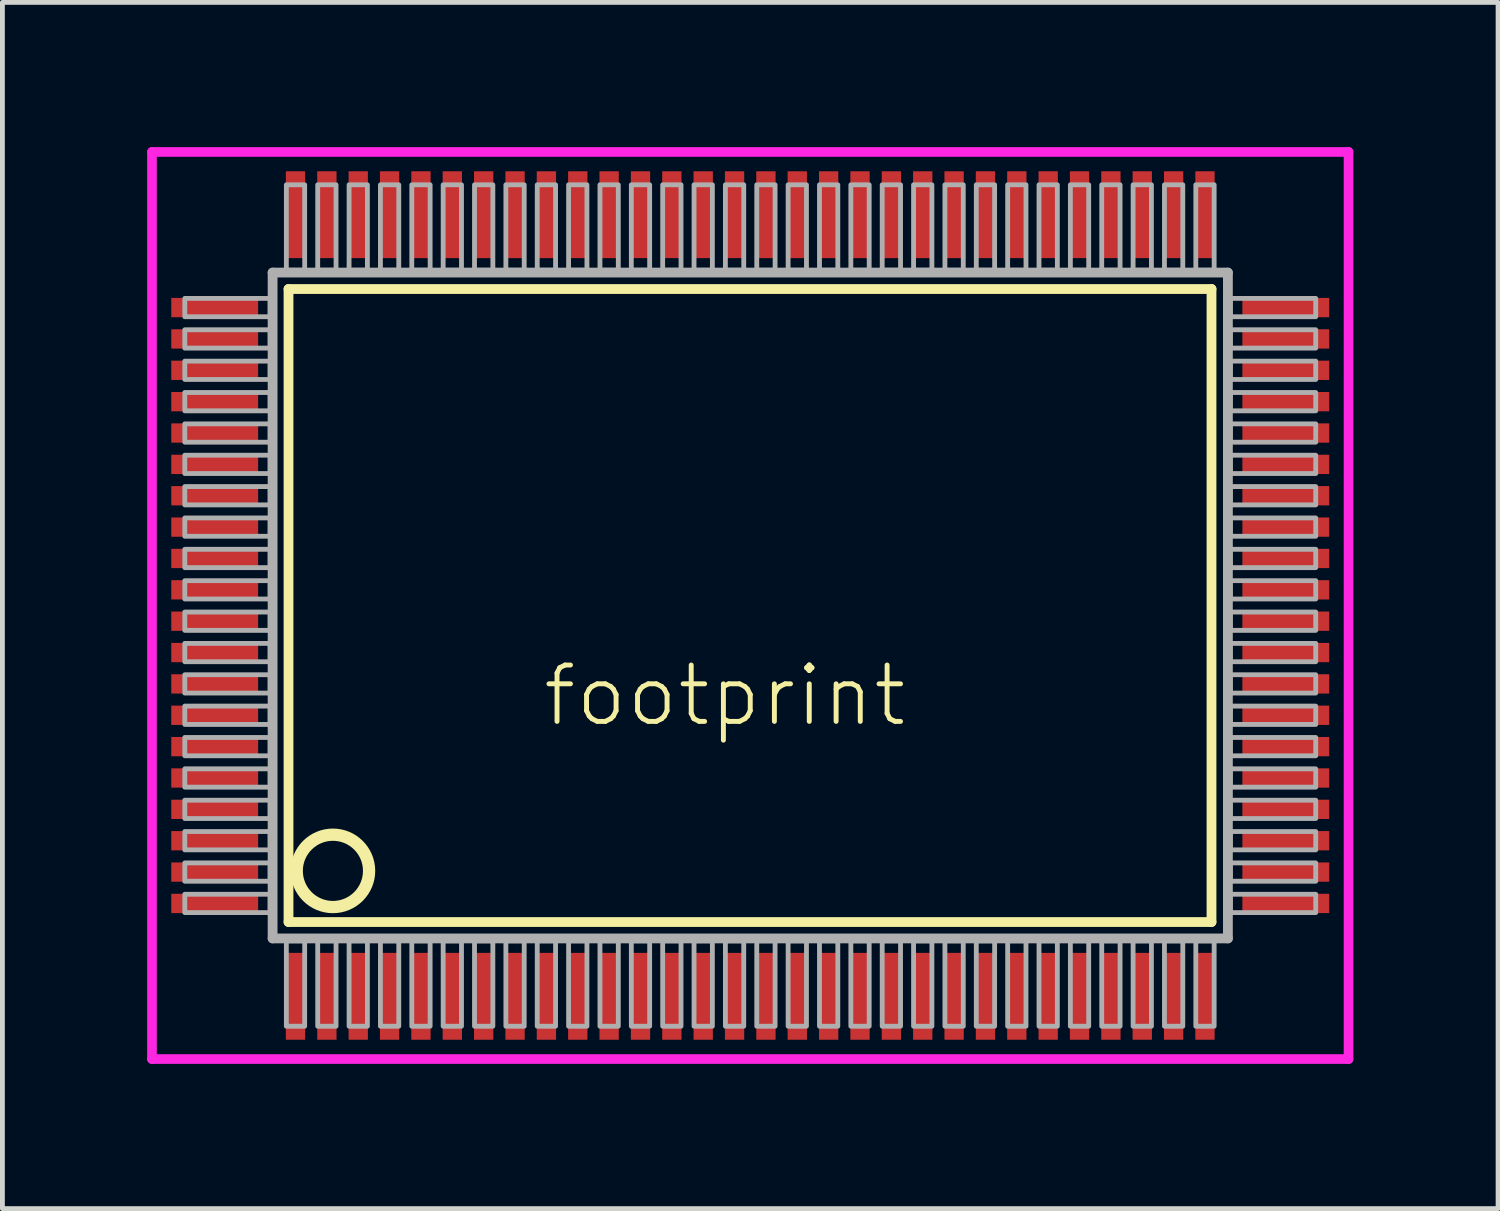
<source format=kicad_pcb>
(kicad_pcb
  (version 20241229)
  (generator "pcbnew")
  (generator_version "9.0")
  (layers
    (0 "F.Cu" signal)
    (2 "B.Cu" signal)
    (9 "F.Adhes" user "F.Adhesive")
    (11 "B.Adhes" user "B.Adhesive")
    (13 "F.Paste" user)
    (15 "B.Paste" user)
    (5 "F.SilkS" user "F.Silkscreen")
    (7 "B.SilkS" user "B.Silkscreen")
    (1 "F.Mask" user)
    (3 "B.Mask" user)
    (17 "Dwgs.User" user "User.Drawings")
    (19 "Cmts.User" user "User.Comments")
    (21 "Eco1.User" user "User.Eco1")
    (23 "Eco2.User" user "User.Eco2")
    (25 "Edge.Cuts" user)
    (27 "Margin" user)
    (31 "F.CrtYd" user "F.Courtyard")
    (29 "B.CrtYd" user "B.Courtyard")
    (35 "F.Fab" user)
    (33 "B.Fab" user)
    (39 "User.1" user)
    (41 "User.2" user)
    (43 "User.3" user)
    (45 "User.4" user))
  (footprint "footprint"
    (layer "F.Cu")
    (at 12.5 9.5)
    (property "Reference" "footprint" (at -4.35 2.55 0) (layer "F.SilkS") (effects (font (size 1.168 1.168) (thickness 0.102)) (justify left bottom)))
    (fp_line (start -9.57 -6.56) (end 9.56 -6.56) (stroke (width 0.203) (type solid)) (layer "F.SilkS"))
    (fp_line (start -9.57 6.56) (end -9.57 -6.56) (stroke (width 0.203) (type solid)) (layer "F.SilkS"))
    (fp_line (start 9.56 -6.56) (end 9.56 6.56) (stroke (width 0.203) (type solid)) (layer "F.SilkS"))
    (fp_line (start 9.56 6.56) (end -9.57 6.56) (stroke (width 0.203) (type solid)) (layer "F.SilkS"))
    (fp_circle (center -8.65 5.5) (end -7.9 5.5) (stroke (width 0.254) (type solid)) (fill no) (layer "F.SilkS"))
    (fp_line (start -12.4 -9.4) (end 12.4 -9.4) (stroke (width 0.2) (type solid)) (layer "F.CrtYd"))
    (fp_line (start -12.4 9.4) (end -12.4 -9.4) (stroke (width 0.2) (type solid)) (layer "F.CrtYd"))
    (fp_line (start 12.4 -9.4) (end 12.4 9.4) (stroke (width 0.2) (type solid)) (layer "F.CrtYd"))
    (fp_line (start 12.4 9.4) (end -12.4 9.4) (stroke (width 0.2) (type solid)) (layer "F.CrtYd"))
    (fp_line (start -9.9 -6.9) (end -9.9 6.9) (stroke (width 0.203) (type solid)) (layer "F.Fab"))
    (fp_line (start -9.9 6.9) (end 9.9 6.9) (stroke (width 0.203) (type solid)) (layer "F.Fab"))
    (fp_line (start 9.9 -6.9) (end -9.9 -6.9) (stroke (width 0.203) (type solid)) (layer "F.Fab"))
    (fp_line (start 9.9 6.9) (end 9.9 -6.9) (stroke (width 0.203) (type solid)) (layer "F.Fab"))
    (fp_poly (pts (xy -11.72 -5.985) (xy -9.95 -5.985) (xy -9.95 -6.365) (xy -11.72 -6.365)) (stroke (width 0.1) (type solid)) (fill no) (layer "F.Fab"))
    (fp_poly (pts (xy -11.72 -5.335) (xy -9.95 -5.335) (xy -9.95 -5.715) (xy -11.72 -5.715)) (stroke (width 0.1) (type solid)) (fill no) (layer "F.Fab"))
    (fp_poly (pts (xy -11.72 -4.685) (xy -9.95 -4.685) (xy -9.95 -5.065) (xy -11.72 -5.065)) (stroke (width 0.1) (type solid)) (fill no) (layer "F.Fab"))
    (fp_poly (pts (xy -11.72 -4.035) (xy -9.95 -4.035) (xy -9.95 -4.415) (xy -11.72 -4.415)) (stroke (width 0.1) (type solid)) (fill no) (layer "F.Fab"))
    (fp_poly (pts (xy -11.72 -3.385) (xy -9.95 -3.385) (xy -9.95 -3.765) (xy -11.72 -3.765)) (stroke (width 0.1) (type solid)) (fill no) (layer "F.Fab"))
    (fp_poly (pts (xy -11.72 -2.735) (xy -9.95 -2.735) (xy -9.95 -3.115) (xy -11.72 -3.115)) (stroke (width 0.1) (type solid)) (fill no) (layer "F.Fab"))
    (fp_poly (pts (xy -11.72 -2.085) (xy -9.95 -2.085) (xy -9.95 -2.465) (xy -11.72 -2.465)) (stroke (width 0.1) (type solid)) (fill no) (layer "F.Fab"))
    (fp_poly (pts (xy -11.72 -1.435) (xy -9.95 -1.435) (xy -9.95 -1.815) (xy -11.72 -1.815)) (stroke (width 0.1) (type solid)) (fill no) (layer "F.Fab"))
    (fp_poly (pts (xy -11.72 -0.785) (xy -9.95 -0.785) (xy -9.95 -1.165) (xy -11.72 -1.165)) (stroke (width 0.1) (type solid)) (fill no) (layer "F.Fab"))
    (fp_poly (pts (xy -11.72 -0.135) (xy -9.95 -0.135) (xy -9.95 -0.515) (xy -11.72 -0.515)) (stroke (width 0.1) (type solid)) (fill no) (layer "F.Fab"))
    (fp_poly (pts (xy -11.72 0.515) (xy -9.95 0.515) (xy -9.95 0.135) (xy -11.72 0.135)) (stroke (width 0.1) (type solid)) (fill no) (layer "F.Fab"))
    (fp_poly (pts (xy -11.72 1.165) (xy -9.95 1.165) (xy -9.95 0.785) (xy -11.72 0.785)) (stroke (width 0.1) (type solid)) (fill no) (layer "F.Fab"))
    (fp_poly (pts (xy -11.72 1.815) (xy -9.95 1.815) (xy -9.95 1.435) (xy -11.72 1.435)) (stroke (width 0.1) (type solid)) (fill no) (layer "F.Fab"))
    (fp_poly (pts (xy -11.72 2.465) (xy -9.95 2.465) (xy -9.95 2.085) (xy -11.72 2.085)) (stroke (width 0.1) (type solid)) (fill no) (layer "F.Fab"))
    (fp_poly (pts (xy -11.72 3.115) (xy -9.95 3.115) (xy -9.95 2.735) (xy -11.72 2.735)) (stroke (width 0.1) (type solid)) (fill no) (layer "F.Fab"))
    (fp_poly (pts (xy -11.72 3.765) (xy -9.95 3.765) (xy -9.95 3.385) (xy -11.72 3.385)) (stroke (width 0.1) (type solid)) (fill no) (layer "F.Fab"))
    (fp_poly (pts (xy -11.72 4.415) (xy -9.95 4.415) (xy -9.95 4.035) (xy -11.72 4.035)) (stroke (width 0.1) (type solid)) (fill no) (layer "F.Fab"))
    (fp_poly (pts (xy -11.72 5.065) (xy -9.95 5.065) (xy -9.95 4.685) (xy -11.72 4.685)) (stroke (width 0.1) (type solid)) (fill no) (layer "F.Fab"))
    (fp_poly (pts (xy -11.72 5.715) (xy -9.95 5.715) (xy -9.95 5.335) (xy -11.72 5.335)) (stroke (width 0.1) (type solid)) (fill no) (layer "F.Fab"))
    (fp_poly (pts (xy -11.72 6.365) (xy -9.95 6.365) (xy -9.95 5.985) (xy -11.72 5.985)) (stroke (width 0.1) (type solid)) (fill no) (layer "F.Fab"))
    (fp_poly (pts (xy -9.615 -6.95) (xy -9.235 -6.95) (xy -9.235 -8.72) (xy -9.615 -8.72)) (stroke (width 0.1) (type solid)) (fill no) (layer "F.Fab"))
    (fp_poly (pts (xy -9.615 8.72) (xy -9.235 8.72) (xy -9.235 6.95) (xy -9.615 6.95)) (stroke (width 0.1) (type solid)) (fill no) (layer "F.Fab"))
    (fp_poly (pts (xy -8.965 -6.95) (xy -8.585 -6.95) (xy -8.585 -8.72) (xy -8.965 -8.72)) (stroke (width 0.1) (type solid)) (fill no) (layer "F.Fab"))
    (fp_poly (pts (xy -8.965 8.72) (xy -8.585 8.72) (xy -8.585 6.95) (xy -8.965 6.95)) (stroke (width 0.1) (type solid)) (fill no) (layer "F.Fab"))
    (fp_poly (pts (xy -8.315 -6.95) (xy -7.935 -6.95) (xy -7.935 -8.72) (xy -8.315 -8.72)) (stroke (width 0.1) (type solid)) (fill no) (layer "F.Fab"))
    (fp_poly (pts (xy -8.315 8.72) (xy -7.935 8.72) (xy -7.935 6.95) (xy -8.315 6.95)) (stroke (width 0.1) (type solid)) (fill no) (layer "F.Fab"))
    (fp_poly (pts (xy -7.665 -6.95) (xy -7.285 -6.95) (xy -7.285 -8.72) (xy -7.665 -8.72)) (stroke (width 0.1) (type solid)) (fill no) (layer "F.Fab"))
    (fp_poly (pts (xy -7.665 8.72) (xy -7.285 8.72) (xy -7.285 6.95) (xy -7.665 6.95)) (stroke (width 0.1) (type solid)) (fill no) (layer "F.Fab"))
    (fp_poly (pts (xy -7.015 -6.95) (xy -6.635 -6.95) (xy -6.635 -8.72) (xy -7.015 -8.72)) (stroke (width 0.1) (type solid)) (fill no) (layer "F.Fab"))
    (fp_poly (pts (xy -7.015 8.72) (xy -6.635 8.72) (xy -6.635 6.95) (xy -7.015 6.95)) (stroke (width 0.1) (type solid)) (fill no) (layer "F.Fab"))
    (fp_poly (pts (xy -6.365 -6.95) (xy -5.985 -6.95) (xy -5.985 -8.72) (xy -6.365 -8.72)) (stroke (width 0.1) (type solid)) (fill no) (layer "F.Fab"))
    (fp_poly (pts (xy -6.365 8.72) (xy -5.985 8.72) (xy -5.985 6.95) (xy -6.365 6.95)) (stroke (width 0.1) (type solid)) (fill no) (layer "F.Fab"))
    (fp_poly (pts (xy -5.715 -6.95) (xy -5.335 -6.95) (xy -5.335 -8.72) (xy -5.715 -8.72)) (stroke (width 0.1) (type solid)) (fill no) (layer "F.Fab"))
    (fp_poly (pts (xy -5.715 8.72) (xy -5.335 8.72) (xy -5.335 6.95) (xy -5.715 6.95)) (stroke (width 0.1) (type solid)) (fill no) (layer "F.Fab"))
    (fp_poly (pts (xy -5.065 -6.95) (xy -4.685 -6.95) (xy -4.685 -8.72) (xy -5.065 -8.72)) (stroke (width 0.1) (type solid)) (fill no) (layer "F.Fab"))
    (fp_poly (pts (xy -5.065 8.72) (xy -4.685 8.72) (xy -4.685 6.95) (xy -5.065 6.95)) (stroke (width 0.1) (type solid)) (fill no) (layer "F.Fab"))
    (fp_poly (pts (xy -4.415 -6.95) (xy -4.035 -6.95) (xy -4.035 -8.72) (xy -4.415 -8.72)) (stroke (width 0.1) (type solid)) (fill no) (layer "F.Fab"))
    (fp_poly (pts (xy -4.415 8.72) (xy -4.035 8.72) (xy -4.035 6.95) (xy -4.415 6.95)) (stroke (width 0.1) (type solid)) (fill no) (layer "F.Fab"))
    (fp_poly (pts (xy -3.765 -6.95) (xy -3.385 -6.95) (xy -3.385 -8.72) (xy -3.765 -8.72)) (stroke (width 0.1) (type solid)) (fill no) (layer "F.Fab"))
    (fp_poly (pts (xy -3.765 8.72) (xy -3.385 8.72) (xy -3.385 6.95) (xy -3.765 6.95)) (stroke (width 0.1) (type solid)) (fill no) (layer "F.Fab"))
    (fp_poly (pts (xy -3.115 -6.95) (xy -2.735 -6.95) (xy -2.735 -8.72) (xy -3.115 -8.72)) (stroke (width 0.1) (type solid)) (fill no) (layer "F.Fab"))
    (fp_poly (pts (xy -3.115 8.72) (xy -2.735 8.72) (xy -2.735 6.95) (xy -3.115 6.95)) (stroke (width 0.1) (type solid)) (fill no) (layer "F.Fab"))
    (fp_poly (pts (xy -2.465 -6.95) (xy -2.085 -6.95) (xy -2.085 -8.72) (xy -2.465 -8.72)) (stroke (width 0.1) (type solid)) (fill no) (layer "F.Fab"))
    (fp_poly (pts (xy -2.465 8.72) (xy -2.085 8.72) (xy -2.085 6.95) (xy -2.465 6.95)) (stroke (width 0.1) (type solid)) (fill no) (layer "F.Fab"))
    (fp_poly (pts (xy -1.815 -6.95) (xy -1.435 -6.95) (xy -1.435 -8.72) (xy -1.815 -8.72)) (stroke (width 0.1) (type solid)) (fill no) (layer "F.Fab"))
    (fp_poly (pts (xy -1.815 8.72) (xy -1.435 8.72) (xy -1.435 6.95) (xy -1.815 6.95)) (stroke (width 0.1) (type solid)) (fill no) (layer "F.Fab"))
    (fp_poly (pts (xy -1.165 -6.95) (xy -0.785 -6.95) (xy -0.785 -8.72) (xy -1.165 -8.72)) (stroke (width 0.1) (type solid)) (fill no) (layer "F.Fab"))
    (fp_poly (pts (xy -1.165 8.72) (xy -0.785 8.72) (xy -0.785 6.95) (xy -1.165 6.95)) (stroke (width 0.1) (type solid)) (fill no) (layer "F.Fab"))
    (fp_poly (pts (xy -0.515 -6.95) (xy -0.135 -6.95) (xy -0.135 -8.72) (xy -0.515 -8.72)) (stroke (width 0.1) (type solid)) (fill no) (layer "F.Fab"))
    (fp_poly (pts (xy -0.515 8.72) (xy -0.135 8.72) (xy -0.135 6.95) (xy -0.515 6.95)) (stroke (width 0.1) (type solid)) (fill no) (layer "F.Fab"))
    (fp_poly (pts (xy 0.135 -6.95) (xy 0.515 -6.95) (xy 0.515 -8.72) (xy 0.135 -8.72)) (stroke (width 0.1) (type solid)) (fill no) (layer "F.Fab"))
    (fp_poly (pts (xy 0.135 8.72) (xy 0.515 8.72) (xy 0.515 6.95) (xy 0.135 6.95)) (stroke (width 0.1) (type solid)) (fill no) (layer "F.Fab"))
    (fp_poly (pts (xy 0.785 -6.95) (xy 1.165 -6.95) (xy 1.165 -8.72) (xy 0.785 -8.72)) (stroke (width 0.1) (type solid)) (fill no) (layer "F.Fab"))
    (fp_poly (pts (xy 0.785 8.72) (xy 1.165 8.72) (xy 1.165 6.95) (xy 0.785 6.95)) (stroke (width 0.1) (type solid)) (fill no) (layer "F.Fab"))
    (fp_poly (pts (xy 1.435 -6.95) (xy 1.815 -6.95) (xy 1.815 -8.72) (xy 1.435 -8.72)) (stroke (width 0.1) (type solid)) (fill no) (layer "F.Fab"))
    (fp_poly (pts (xy 1.435 8.72) (xy 1.815 8.72) (xy 1.815 6.95) (xy 1.435 6.95)) (stroke (width 0.1) (type solid)) (fill no) (layer "F.Fab"))
    (fp_poly (pts (xy 2.085 -6.95) (xy 2.465 -6.95) (xy 2.465 -8.72) (xy 2.085 -8.72)) (stroke (width 0.1) (type solid)) (fill no) (layer "F.Fab"))
    (fp_poly (pts (xy 2.085 8.72) (xy 2.465 8.72) (xy 2.465 6.95) (xy 2.085 6.95)) (stroke (width 0.1) (type solid)) (fill no) (layer "F.Fab"))
    (fp_poly (pts (xy 2.735 -6.95) (xy 3.115 -6.95) (xy 3.115 -8.72) (xy 2.735 -8.72)) (stroke (width 0.1) (type solid)) (fill no) (layer "F.Fab"))
    (fp_poly (pts (xy 2.735 8.72) (xy 3.115 8.72) (xy 3.115 6.95) (xy 2.735 6.95)) (stroke (width 0.1) (type solid)) (fill no) (layer "F.Fab"))
    (fp_poly (pts (xy 3.385 -6.95) (xy 3.765 -6.95) (xy 3.765 -8.72) (xy 3.385 -8.72)) (stroke (width 0.1) (type solid)) (fill no) (layer "F.Fab"))
    (fp_poly (pts (xy 3.385 8.72) (xy 3.765 8.72) (xy 3.765 6.95) (xy 3.385 6.95)) (stroke (width 0.1) (type solid)) (fill no) (layer "F.Fab"))
    (fp_poly (pts (xy 4.035 -6.95) (xy 4.415 -6.95) (xy 4.415 -8.72) (xy 4.035 -8.72)) (stroke (width 0.1) (type solid)) (fill no) (layer "F.Fab"))
    (fp_poly (pts (xy 4.035 8.72) (xy 4.415 8.72) (xy 4.415 6.95) (xy 4.035 6.95)) (stroke (width 0.1) (type solid)) (fill no) (layer "F.Fab"))
    (fp_poly (pts (xy 4.685 -6.95) (xy 5.065 -6.95) (xy 5.065 -8.72) (xy 4.685 -8.72)) (stroke (width 0.1) (type solid)) (fill no) (layer "F.Fab"))
    (fp_poly (pts (xy 4.685 8.72) (xy 5.065 8.72) (xy 5.065 6.95) (xy 4.685 6.95)) (stroke (width 0.1) (type solid)) (fill no) (layer "F.Fab"))
    (fp_poly (pts (xy 5.335 -6.95) (xy 5.715 -6.95) (xy 5.715 -8.72) (xy 5.335 -8.72)) (stroke (width 0.1) (type solid)) (fill no) (layer "F.Fab"))
    (fp_poly (pts (xy 5.335 8.72) (xy 5.715 8.72) (xy 5.715 6.95) (xy 5.335 6.95)) (stroke (width 0.1) (type solid)) (fill no) (layer "F.Fab"))
    (fp_poly (pts (xy 5.985 -6.95) (xy 6.365 -6.95) (xy 6.365 -8.72) (xy 5.985 -8.72)) (stroke (width 0.1) (type solid)) (fill no) (layer "F.Fab"))
    (fp_poly (pts (xy 5.985 8.72) (xy 6.365 8.72) (xy 6.365 6.95) (xy 5.985 6.95)) (stroke (width 0.1) (type solid)) (fill no) (layer "F.Fab"))
    (fp_poly (pts (xy 6.635 -6.95) (xy 7.015 -6.95) (xy 7.015 -8.72) (xy 6.635 -8.72)) (stroke (width 0.1) (type solid)) (fill no) (layer "F.Fab"))
    (fp_poly (pts (xy 6.635 8.72) (xy 7.015 8.72) (xy 7.015 6.95) (xy 6.635 6.95)) (stroke (width 0.1) (type solid)) (fill no) (layer "F.Fab"))
    (fp_poly (pts (xy 7.285 -6.95) (xy 7.665 -6.95) (xy 7.665 -8.72) (xy 7.285 -8.72)) (stroke (width 0.1) (type solid)) (fill no) (layer "F.Fab"))
    (fp_poly (pts (xy 7.285 8.72) (xy 7.665 8.72) (xy 7.665 6.95) (xy 7.285 6.95)) (stroke (width 0.1) (type solid)) (fill no) (layer "F.Fab"))
    (fp_poly (pts (xy 7.935 -6.95) (xy 8.315 -6.95) (xy 8.315 -8.72) (xy 7.935 -8.72)) (stroke (width 0.1) (type solid)) (fill no) (layer "F.Fab"))
    (fp_poly (pts (xy 7.935 8.72) (xy 8.315 8.72) (xy 8.315 6.95) (xy 7.935 6.95)) (stroke (width 0.1) (type solid)) (fill no) (layer "F.Fab"))
    (fp_poly (pts (xy 8.585 -6.95) (xy 8.965 -6.95) (xy 8.965 -8.72) (xy 8.585 -8.72)) (stroke (width 0.1) (type solid)) (fill no) (layer "F.Fab"))
    (fp_poly (pts (xy 8.585 8.72) (xy 8.965 8.72) (xy 8.965 6.95) (xy 8.585 6.95)) (stroke (width 0.1) (type solid)) (fill no) (layer "F.Fab"))
    (fp_poly (pts (xy 9.235 -6.95) (xy 9.615 -6.95) (xy 9.615 -8.72) (xy 9.235 -8.72)) (stroke (width 0.1) (type solid)) (fill no) (layer "F.Fab"))
    (fp_poly (pts (xy 9.235 8.72) (xy 9.615 8.72) (xy 9.615 6.95) (xy 9.235 6.95)) (stroke (width 0.1) (type solid)) (fill no) (layer "F.Fab"))
    (fp_poly (pts (xy 9.95 -5.985) (xy 11.72 -5.985) (xy 11.72 -6.365) (xy 9.95 -6.365)) (stroke (width 0.1) (type solid)) (fill no) (layer "F.Fab"))
    (fp_poly (pts (xy 9.95 -5.335) (xy 11.72 -5.335) (xy 11.72 -5.715) (xy 9.95 -5.715)) (stroke (width 0.1) (type solid)) (fill no) (layer "F.Fab"))
    (fp_poly (pts (xy 9.95 -4.685) (xy 11.72 -4.685) (xy 11.72 -5.065) (xy 9.95 -5.065)) (stroke (width 0.1) (type solid)) (fill no) (layer "F.Fab"))
    (fp_poly (pts (xy 9.95 -4.035) (xy 11.72 -4.035) (xy 11.72 -4.415) (xy 9.95 -4.415)) (stroke (width 0.1) (type solid)) (fill no) (layer "F.Fab"))
    (fp_poly (pts (xy 9.95 -3.385) (xy 11.72 -3.385) (xy 11.72 -3.765) (xy 9.95 -3.765)) (stroke (width 0.1) (type solid)) (fill no) (layer "F.Fab"))
    (fp_poly (pts (xy 9.95 -2.735) (xy 11.72 -2.735) (xy 11.72 -3.115) (xy 9.95 -3.115)) (stroke (width 0.1) (type solid)) (fill no) (layer "F.Fab"))
    (fp_poly (pts (xy 9.95 -2.085) (xy 11.72 -2.085) (xy 11.72 -2.465) (xy 9.95 -2.465)) (stroke (width 0.1) (type solid)) (fill no) (layer "F.Fab"))
    (fp_poly (pts (xy 9.95 -1.435) (xy 11.72 -1.435) (xy 11.72 -1.815) (xy 9.95 -1.815)) (stroke (width 0.1) (type solid)) (fill no) (layer "F.Fab"))
    (fp_poly (pts (xy 9.95 -0.785) (xy 11.72 -0.785) (xy 11.72 -1.165) (xy 9.95 -1.165)) (stroke (width 0.1) (type solid)) (fill no) (layer "F.Fab"))
    (fp_poly (pts (xy 9.95 -0.135) (xy 11.72 -0.135) (xy 11.72 -0.515) (xy 9.95 -0.515)) (stroke (width 0.1) (type solid)) (fill no) (layer "F.Fab"))
    (fp_poly (pts (xy 9.95 0.515) (xy 11.72 0.515) (xy 11.72 0.135) (xy 9.95 0.135)) (stroke (width 0.1) (type solid)) (fill no) (layer "F.Fab"))
    (fp_poly (pts (xy 9.95 1.165) (xy 11.72 1.165) (xy 11.72 0.785) (xy 9.95 0.785)) (stroke (width 0.1) (type solid)) (fill no) (layer "F.Fab"))
    (fp_poly (pts (xy 9.95 1.815) (xy 11.72 1.815) (xy 11.72 1.435) (xy 9.95 1.435)) (stroke (width 0.1) (type solid)) (fill no) (layer "F.Fab"))
    (fp_poly (pts (xy 9.95 2.465) (xy 11.72 2.465) (xy 11.72 2.085) (xy 9.95 2.085)) (stroke (width 0.1) (type solid)) (fill no) (layer "F.Fab"))
    (fp_poly (pts (xy 9.95 3.115) (xy 11.72 3.115) (xy 11.72 2.735) (xy 9.95 2.735)) (stroke (width 0.1) (type solid)) (fill no) (layer "F.Fab"))
    (fp_poly (pts (xy 9.95 3.765) (xy 11.72 3.765) (xy 11.72 3.385) (xy 9.95 3.385)) (stroke (width 0.1) (type solid)) (fill no) (layer "F.Fab"))
    (fp_poly (pts (xy 9.95 4.415) (xy 11.72 4.415) (xy 11.72 4.035) (xy 9.95 4.035)) (stroke (width 0.1) (type solid)) (fill no) (layer "F.Fab"))
    (fp_poly (pts (xy 9.95 5.065) (xy 11.72 5.065) (xy 11.72 4.685) (xy 9.95 4.685)) (stroke (width 0.1) (type solid)) (fill no) (layer "F.Fab"))
    (fp_poly (pts (xy 9.95 5.715) (xy 11.72 5.715) (xy 11.72 5.335) (xy 9.95 5.335)) (stroke (width 0.1) (type solid)) (fill no) (layer "F.Fab"))
    (fp_poly (pts (xy 9.95 6.365) (xy 11.72 6.365) (xy 11.72 5.985) (xy 9.95 5.985)) (stroke (width 0.1) (type solid)) (fill no) (layer "F.Fab"))
    (pad "1" smd rect (at -9.425 8.1) (size 0.4 1.8) (layers "F.Cu" "F.Mask" "F.Paste"))
    (pad "2" smd rect (at -8.775 8.1) (size 0.4 1.8) (layers "F.Cu" "F.Mask" "F.Paste"))
    (pad "3" smd rect (at -8.125 8.1) (size 0.4 1.8) (layers "F.Cu" "F.Mask" "F.Paste"))
    (pad "4" smd rect (at -7.475 8.1) (size 0.4 1.8) (layers "F.Cu" "F.Mask" "F.Paste"))
    (pad "5" smd rect (at -6.825 8.1) (size 0.4 1.8) (layers "F.Cu" "F.Mask" "F.Paste"))
    (pad "6" smd rect (at -6.175 8.1) (size 0.4 1.8) (layers "F.Cu" "F.Mask" "F.Paste"))
    (pad "7" smd rect (at -5.525 8.1) (size 0.4 1.8) (layers "F.Cu" "F.Mask" "F.Paste"))
    (pad "8" smd rect (at -4.875 8.1) (size 0.4 1.8) (layers "F.Cu" "F.Mask" "F.Paste"))
    (pad "9" smd rect (at -4.225 8.1) (size 0.4 1.8) (layers "F.Cu" "F.Mask" "F.Paste"))
    (pad "10" smd rect (at -3.575 8.1) (size 0.4 1.8) (layers "F.Cu" "F.Mask" "F.Paste"))
    (pad "11" smd rect (at -2.925 8.1) (size 0.4 1.8) (layers "F.Cu" "F.Mask" "F.Paste"))
    (pad "12" smd rect (at -2.275 8.1) (size 0.4 1.8) (layers "F.Cu" "F.Mask" "F.Paste"))
    (pad "13" smd rect (at -1.625 8.1) (size 0.4 1.8) (layers "F.Cu" "F.Mask" "F.Paste"))
    (pad "14" smd rect (at -0.975 8.1) (size 0.4 1.8) (layers "F.Cu" "F.Mask" "F.Paste"))
    (pad "15" smd rect (at -0.325 8.1) (size 0.4 1.8) (layers "F.Cu" "F.Mask" "F.Paste"))
    (pad "16" smd rect (at 0.325 8.1) (size 0.4 1.8) (layers "F.Cu" "F.Mask" "F.Paste"))
    (pad "17" smd rect (at 0.975 8.1) (size 0.4 1.8) (layers "F.Cu" "F.Mask" "F.Paste"))
    (pad "18" smd rect (at 1.625 8.1) (size 0.4 1.8) (layers "F.Cu" "F.Mask" "F.Paste"))
    (pad "19" smd rect (at 2.275 8.1) (size 0.4 1.8) (layers "F.Cu" "F.Mask" "F.Paste"))
    (pad "20" smd rect (at 2.925 8.1) (size 0.4 1.8) (layers "F.Cu" "F.Mask" "F.Paste"))
    (pad "21" smd rect (at 3.575 8.1) (size 0.4 1.8) (layers "F.Cu" "F.Mask" "F.Paste"))
    (pad "22" smd rect (at 4.225 8.1) (size 0.4 1.8) (layers "F.Cu" "F.Mask" "F.Paste"))
    (pad "23" smd rect (at 4.875 8.1) (size 0.4 1.8) (layers "F.Cu" "F.Mask" "F.Paste"))
    (pad "24" smd rect (at 5.525 8.1) (size 0.4 1.8) (layers "F.Cu" "F.Mask" "F.Paste"))
    (pad "25" smd rect (at 6.175 8.1) (size 0.4 1.8) (layers "F.Cu" "F.Mask" "F.Paste"))
    (pad "26" smd rect (at 6.825 8.1) (size 0.4 1.8) (layers "F.Cu" "F.Mask" "F.Paste"))
    (pad "27" smd rect (at 7.475 8.1) (size 0.4 1.8) (layers "F.Cu" "F.Mask" "F.Paste"))
    (pad "28" smd rect (at 8.125 8.1) (size 0.4 1.8) (layers "F.Cu" "F.Mask" "F.Paste"))
    (pad "29" smd rect (at 8.775 8.1) (size 0.4 1.8) (layers "F.Cu" "F.Mask" "F.Paste"))
    (pad "30" smd rect (at 9.425 8.1) (size 0.4 1.8) (layers "F.Cu" "F.Mask" "F.Paste"))
    (pad "31" smd rect (at 11.1 6.175) (size 1.8 0.4) (layers "F.Cu" "F.Mask" "F.Paste"))
    (pad "32" smd rect (at 11.1 5.525) (size 1.8 0.4) (layers "F.Cu" "F.Mask" "F.Paste"))
    (pad "33" smd rect (at 11.1 4.875) (size 1.8 0.4) (layers "F.Cu" "F.Mask" "F.Paste"))
    (pad "34" smd rect (at 11.1 4.225) (size 1.8 0.4) (layers "F.Cu" "F.Mask" "F.Paste"))
    (pad "35" smd rect (at 11.1 3.575) (size 1.8 0.4) (layers "F.Cu" "F.Mask" "F.Paste"))
    (pad "36" smd rect (at 11.1 2.925) (size 1.8 0.4) (layers "F.Cu" "F.Mask" "F.Paste"))
    (pad "37" smd rect (at 11.1 2.275) (size 1.8 0.4) (layers "F.Cu" "F.Mask" "F.Paste"))
    (pad "38" smd rect (at 11.1 1.625) (size 1.8 0.4) (layers "F.Cu" "F.Mask" "F.Paste"))
    (pad "39" smd rect (at 11.1 0.975) (size 1.8 0.4) (layers "F.Cu" "F.Mask" "F.Paste"))
    (pad "40" smd rect (at 11.1 0.325) (size 1.8 0.4) (layers "F.Cu" "F.Mask" "F.Paste"))
    (pad "41" smd rect (at 11.1 -0.325) (size 1.8 0.4) (layers "F.Cu" "F.Mask" "F.Paste"))
    (pad "42" smd rect (at 11.1 -0.975) (size 1.8 0.4) (layers "F.Cu" "F.Mask" "F.Paste"))
    (pad "43" smd rect (at 11.1 -1.625) (size 1.8 0.4) (layers "F.Cu" "F.Mask" "F.Paste"))
    (pad "44" smd rect (at 11.1 -2.275) (size 1.8 0.4) (layers "F.Cu" "F.Mask" "F.Paste"))
    (pad "45" smd rect (at 11.1 -2.925) (size 1.8 0.4) (layers "F.Cu" "F.Mask" "F.Paste"))
    (pad "46" smd rect (at 11.1 -3.575) (size 1.8 0.4) (layers "F.Cu" "F.Mask" "F.Paste"))
    (pad "47" smd rect (at 11.1 -4.225) (size 1.8 0.4) (layers "F.Cu" "F.Mask" "F.Paste"))
    (pad "48" smd rect (at 11.1 -4.875) (size 1.8 0.4) (layers "F.Cu" "F.Mask" "F.Paste"))
    (pad "49" smd rect (at 11.1 -5.525) (size 1.8 0.4) (layers "F.Cu" "F.Mask" "F.Paste"))
    (pad "50" smd rect (at 11.1 -6.175) (size 1.8 0.4) (layers "F.Cu" "F.Mask" "F.Paste"))
    (pad "51" smd rect (at 9.425 -8.1) (size 0.4 1.8) (layers "F.Cu" "F.Mask" "F.Paste"))
    (pad "52" smd rect (at 8.775 -8.1) (size 0.4 1.8) (layers "F.Cu" "F.Mask" "F.Paste"))
    (pad "53" smd rect (at 8.125 -8.1) (size 0.4 1.8) (layers "F.Cu" "F.Mask" "F.Paste"))
    (pad "54" smd rect (at 7.475 -8.1) (size 0.4 1.8) (layers "F.Cu" "F.Mask" "F.Paste"))
    (pad "55" smd rect (at 6.825 -8.1) (size 0.4 1.8) (layers "F.Cu" "F.Mask" "F.Paste"))
    (pad "56" smd rect (at 6.175 -8.1) (size 0.4 1.8) (layers "F.Cu" "F.Mask" "F.Paste"))
    (pad "57" smd rect (at 5.525 -8.1) (size 0.4 1.8) (layers "F.Cu" "F.Mask" "F.Paste"))
    (pad "58" smd rect (at 4.875 -8.1) (size 0.4 1.8) (layers "F.Cu" "F.Mask" "F.Paste"))
    (pad "59" smd rect (at 4.225 -8.1) (size 0.4 1.8) (layers "F.Cu" "F.Mask" "F.Paste"))
    (pad "60" smd rect (at 3.575 -8.1) (size 0.4 1.8) (layers "F.Cu" "F.Mask" "F.Paste"))
    (pad "61" smd rect (at 2.925 -8.1) (size 0.4 1.8) (layers "F.Cu" "F.Mask" "F.Paste"))
    (pad "62" smd rect (at 2.275 -8.1) (size 0.4 1.8) (layers "F.Cu" "F.Mask" "F.Paste"))
    (pad "63" smd rect (at 1.625 -8.1) (size 0.4 1.8) (layers "F.Cu" "F.Mask" "F.Paste"))
    (pad "64" smd rect (at 0.975 -8.1) (size 0.4 1.8) (layers "F.Cu" "F.Mask" "F.Paste"))
    (pad "65" smd rect (at 0.325 -8.1) (size 0.4 1.8) (layers "F.Cu" "F.Mask" "F.Paste"))
    (pad "66" smd rect (at -0.325 -8.1) (size 0.4 1.8) (layers "F.Cu" "F.Mask" "F.Paste"))
    (pad "67" smd rect (at -0.975 -8.1) (size 0.4 1.8) (layers "F.Cu" "F.Mask" "F.Paste"))
    (pad "68" smd rect (at -1.625 -8.1) (size 0.4 1.8) (layers "F.Cu" "F.Mask" "F.Paste"))
    (pad "69" smd rect (at -2.275 -8.1) (size 0.4 1.8) (layers "F.Cu" "F.Mask" "F.Paste"))
    (pad "70" smd rect (at -2.925 -8.1) (size 0.4 1.8) (layers "F.Cu" "F.Mask" "F.Paste"))
    (pad "71" smd rect (at -3.575 -8.1) (size 0.4 1.8) (layers "F.Cu" "F.Mask" "F.Paste"))
    (pad "72" smd rect (at -4.225 -8.1) (size 0.4 1.8) (layers "F.Cu" "F.Mask" "F.Paste"))
    (pad "73" smd rect (at -4.875 -8.1) (size 0.4 1.8) (layers "F.Cu" "F.Mask" "F.Paste"))
    (pad "74" smd rect (at -5.525 -8.1) (size 0.4 1.8) (layers "F.Cu" "F.Mask" "F.Paste"))
    (pad "75" smd rect (at -6.175 -8.1) (size 0.4 1.8) (layers "F.Cu" "F.Mask" "F.Paste"))
    (pad "76" smd rect (at -6.825 -8.1) (size 0.4 1.8) (layers "F.Cu" "F.Mask" "F.Paste"))
    (pad "77" smd rect (at -7.475 -8.1) (size 0.4 1.8) (layers "F.Cu" "F.Mask" "F.Paste"))
    (pad "78" smd rect (at -8.125 -8.1) (size 0.4 1.8) (layers "F.Cu" "F.Mask" "F.Paste"))
    (pad "79" smd rect (at -8.775 -8.1) (size 0.4 1.8) (layers "F.Cu" "F.Mask" "F.Paste"))
    (pad "80" smd rect (at -9.425 -8.1) (size 0.4 1.8) (layers "F.Cu" "F.Mask" "F.Paste"))
    (pad "81" smd rect (at -11.1 -6.175) (size 1.8 0.4) (layers "F.Cu" "F.Mask" "F.Paste"))
    (pad "82" smd rect (at -11.1 -5.525) (size 1.8 0.4) (layers "F.Cu" "F.Mask" "F.Paste"))
    (pad "83" smd rect (at -11.1 -4.875) (size 1.8 0.4) (layers "F.Cu" "F.Mask" "F.Paste"))
    (pad "84" smd rect (at -11.1 -4.225) (size 1.8 0.4) (layers "F.Cu" "F.Mask" "F.Paste"))
    (pad "85" smd rect (at -11.1 -3.575) (size 1.8 0.4) (layers "F.Cu" "F.Mask" "F.Paste"))
    (pad "86" smd rect (at -11.1 -2.925) (size 1.8 0.4) (layers "F.Cu" "F.Mask" "F.Paste"))
    (pad "87" smd rect (at -11.1 -2.275) (size 1.8 0.4) (layers "F.Cu" "F.Mask" "F.Paste"))
    (pad "88" smd rect (at -11.1 -1.625) (size 1.8 0.4) (layers "F.Cu" "F.Mask" "F.Paste"))
    (pad "89" smd rect (at -11.1 -0.975) (size 1.8 0.4) (layers "F.Cu" "F.Mask" "F.Paste"))
    (pad "90" smd rect (at -11.1 -0.325) (size 1.8 0.4) (layers "F.Cu" "F.Mask" "F.Paste"))
    (pad "91" smd rect (at -11.1 0.325) (size 1.8 0.4) (layers "F.Cu" "F.Mask" "F.Paste"))
    (pad "92" smd rect (at -11.1 0.975) (size 1.8 0.4) (layers "F.Cu" "F.Mask" "F.Paste"))
    (pad "93" smd rect (at -11.1 1.625) (size 1.8 0.4) (layers "F.Cu" "F.Mask" "F.Paste"))
    (pad "94" smd rect (at -11.1 2.275) (size 1.8 0.4) (layers "F.Cu" "F.Mask" "F.Paste"))
    (pad "95" smd rect (at -11.1 2.925) (size 1.8 0.4) (layers "F.Cu" "F.Mask" "F.Paste"))
    (pad "96" smd rect (at -11.1 3.575) (size 1.8 0.4) (layers "F.Cu" "F.Mask" "F.Paste"))
    (pad "97" smd rect (at -11.1 4.225) (size 1.8 0.4) (layers "F.Cu" "F.Mask" "F.Paste"))
    (pad "98" smd rect (at -11.1 4.875) (size 1.8 0.4) (layers "F.Cu" "F.Mask" "F.Paste"))
    (pad "99" smd rect (at -11.1 5.525) (size 1.8 0.4) (layers "F.Cu" "F.Mask" "F.Paste"))
    (pad "100" smd rect (at -11.1 6.175) (size 1.8 0.4) (layers "F.Cu" "F.Mask" "F.Paste")))
  (gr_rect
    (start -3 -3)
    (end 28 22)
    (stroke (width 0.1) (type default))
    (fill no)
    (layer "Edge.Cuts")))
</source>
